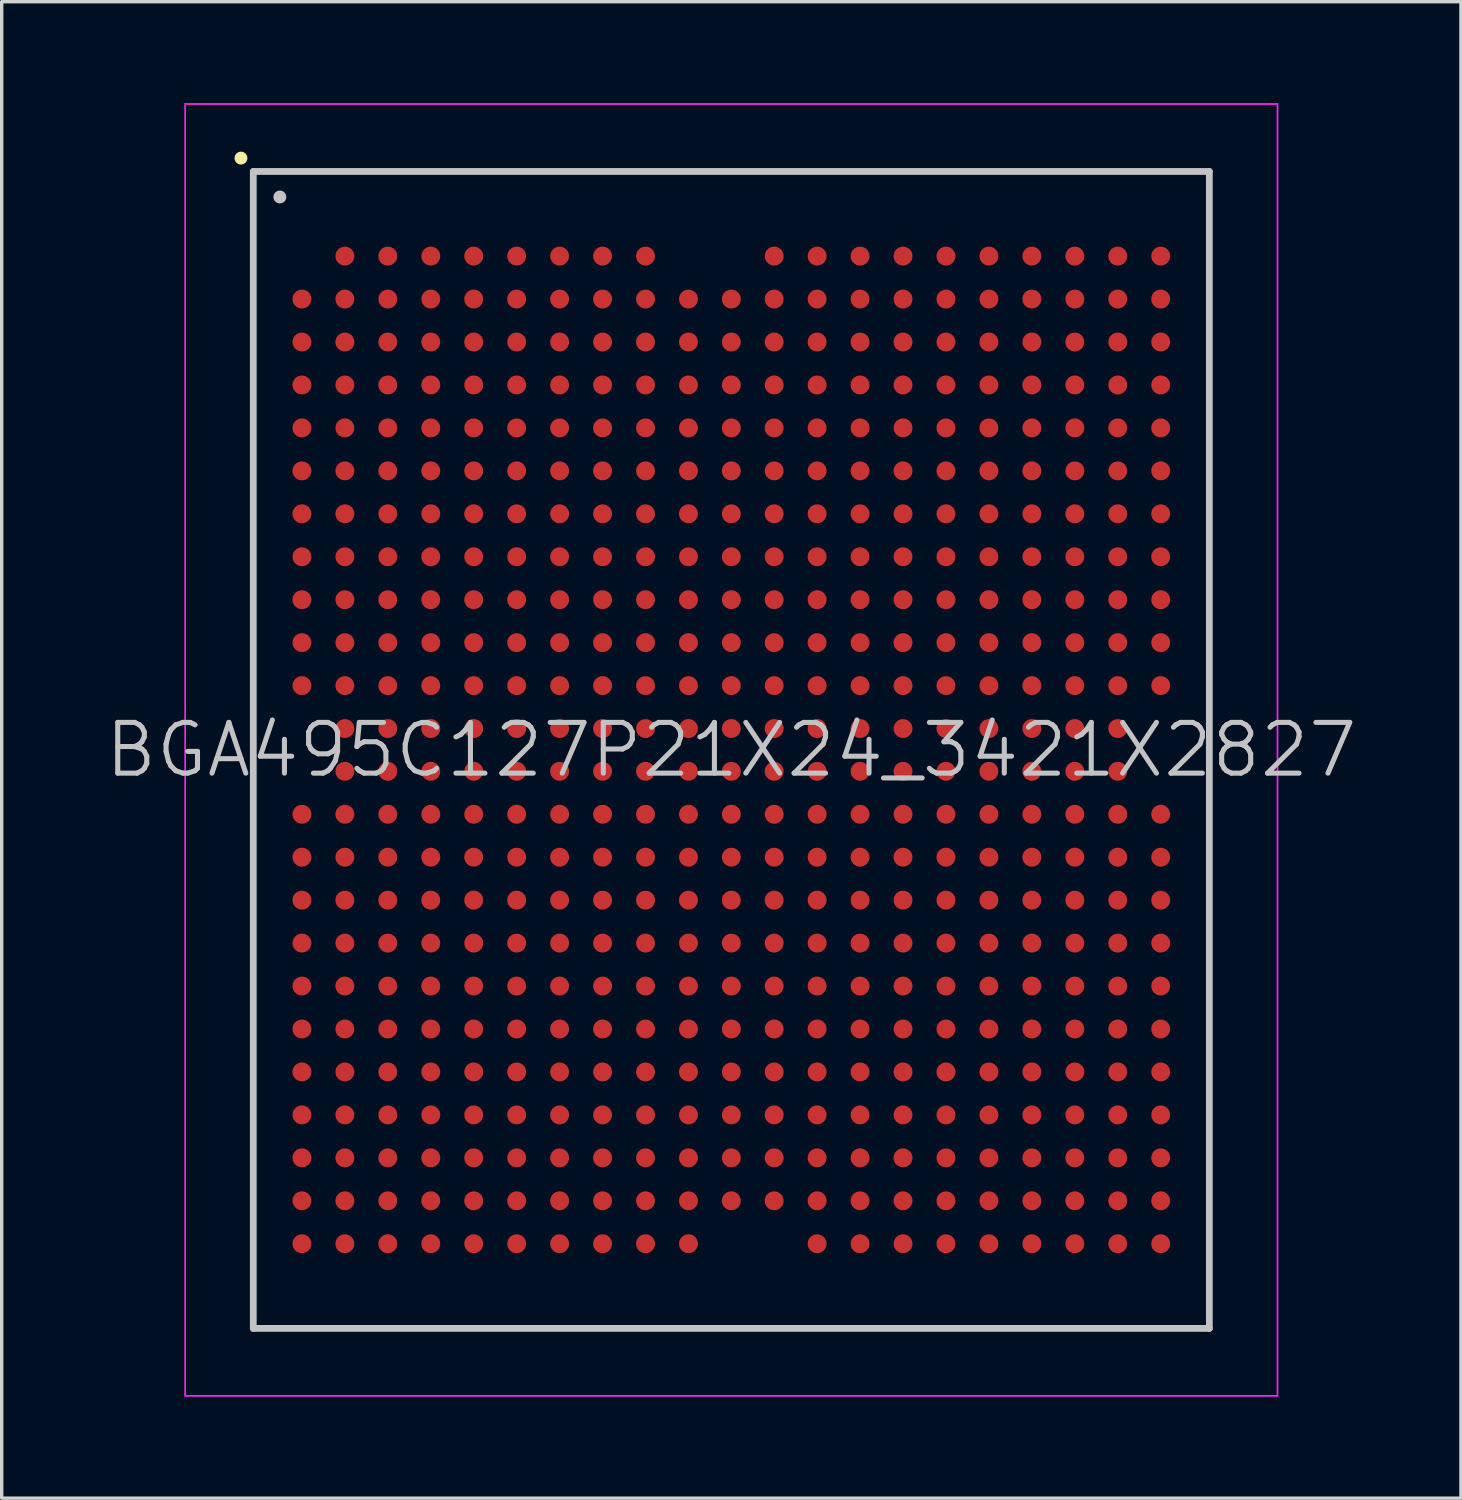
<source format=kicad_pcb>
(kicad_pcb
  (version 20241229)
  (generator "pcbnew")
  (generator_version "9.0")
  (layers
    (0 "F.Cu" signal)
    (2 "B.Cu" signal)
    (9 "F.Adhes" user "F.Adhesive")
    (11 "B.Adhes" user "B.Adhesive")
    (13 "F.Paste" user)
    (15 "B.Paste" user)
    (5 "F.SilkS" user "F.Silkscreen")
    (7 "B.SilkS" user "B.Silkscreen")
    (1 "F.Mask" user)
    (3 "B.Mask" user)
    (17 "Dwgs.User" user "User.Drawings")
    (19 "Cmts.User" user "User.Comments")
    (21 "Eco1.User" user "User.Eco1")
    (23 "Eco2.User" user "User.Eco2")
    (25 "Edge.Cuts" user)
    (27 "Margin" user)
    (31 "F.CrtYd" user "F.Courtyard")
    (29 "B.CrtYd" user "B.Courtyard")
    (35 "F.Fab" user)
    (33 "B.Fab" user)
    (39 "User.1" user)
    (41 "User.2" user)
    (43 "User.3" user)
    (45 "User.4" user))
  (footprint "BGA495C127P21X24_3421X2827"
    (layer "F.Cu")
    (at 18.575 19.125)
    (property "Reference" "BGA495C127P21X24_3421X2827" (at 0 0 0) (layer "Dwgs.User") (effects (font (size 1.5 1.5) (thickness 0.15))))
    (attr smd)
    (fp_line (start -14.5 -17.5) (end -14.5 -17.5) (stroke (width 0.381) (type solid)) (layer "F.SilkS"))
    (fp_line (start -14.135 -17.105) (end -14.135 17.105) (stroke (width 0.2) (type solid)) (layer "Dwgs.User"))
    (fp_line (start -14.135 -17.105) (end 14.135 -17.105) (stroke (width 0.2) (type solid)) (layer "Dwgs.User"))
    (fp_line (start -14.135 17.105) (end 14.135 17.105) (stroke (width 0.2) (type solid)) (layer "Dwgs.User"))
    (fp_line (start -13.35 -16.35) (end -13.35 -16.35) (stroke (width 0.381) (type solid)) (layer "Dwgs.User"))
    (fp_line (start 14.135 -17.105) (end 14.135 17.105) (stroke (width 0.2) (type solid)) (layer "Dwgs.User"))
    (fp_line (start -16.15 -19.1) (end -16.15 19.1) (stroke (width 0.05) (type solid)) (layer "F.CrtYd"))
    (fp_line (start -16.15 -19.1) (end 16.15 -19.1) (stroke (width 0.05) (type solid)) (layer "F.CrtYd"))
    (fp_line (start -16.15 19.1) (end 16.15 19.1) (stroke (width 0.05) (type solid)) (layer "F.CrtYd"))
    (fp_line (start 16.15 -19.1) (end 16.15 19.1) (stroke (width 0.05) (type solid)) (layer "F.CrtYd"))
    (pad "A2" smd circle (at -11.427 -14.602 270) (size 0.56 0.56) (layers "F.Cu" "F.Mask" "F.Paste"))
    (pad "A3" smd circle (at -10.157 -14.602 270) (size 0.56 0.56) (layers "F.Cu" "F.Mask" "F.Paste"))
    (pad "A4" smd circle (at -8.887 -14.602 270) (size 0.56 0.56) (layers "F.Cu" "F.Mask" "F.Paste"))
    (pad "A5" smd circle (at -7.617 -14.602 270) (size 0.56 0.56) (layers "F.Cu" "F.Mask" "F.Paste"))
    (pad "A6" smd circle (at -6.347 -14.602 270) (size 0.56 0.56) (layers "F.Cu" "F.Mask" "F.Paste"))
    (pad "A7" smd circle (at -5.077 -14.602 270) (size 0.56 0.56) (layers "F.Cu" "F.Mask" "F.Paste"))
    (pad "A8" smd circle (at -3.807 -14.602 270) (size 0.56 0.56) (layers "F.Cu" "F.Mask" "F.Paste"))
    (pad "A9" smd circle (at -2.537 -14.602 270) (size 0.56 0.56) (layers "F.Cu" "F.Mask" "F.Paste"))
    (pad "A12" smd circle (at 1.267 -14.602 270) (size 0.56 0.56) (layers "F.Cu" "F.Mask" "F.Paste"))
    (pad "A13" smd circle (at 2.537 -14.602 270) (size 0.56 0.56) (layers "F.Cu" "F.Mask" "F.Paste"))
    (pad "A14" smd circle (at 3.807 -14.602 270) (size 0.56 0.56) (layers "F.Cu" "F.Mask" "F.Paste"))
    (pad "A15" smd circle (at 5.077 -14.602 270) (size 0.56 0.56) (layers "F.Cu" "F.Mask" "F.Paste"))
    (pad "A16" smd circle (at 6.347 -14.602 270) (size 0.56 0.56) (layers "F.Cu" "F.Mask" "F.Paste"))
    (pad "A17" smd circle (at 7.617 -14.602 270) (size 0.56 0.56) (layers "F.Cu" "F.Mask" "F.Paste"))
    (pad "A18" smd circle (at 8.887 -14.602 270) (size 0.56 0.56) (layers "F.Cu" "F.Mask" "F.Paste"))
    (pad "A19" smd circle (at 10.157 -14.602 270) (size 0.56 0.56) (layers "F.Cu" "F.Mask" "F.Paste"))
    (pad "A20" smd circle (at 11.427 -14.602 270) (size 0.56 0.56) (layers "F.Cu" "F.Mask" "F.Paste"))
    (pad "A21" smd circle (at 12.697 -14.602 270) (size 0.56 0.56) (layers "F.Cu" "F.Mask" "F.Paste"))
    (pad "AA1" smd circle (at -12.697 10.792 270) (size 0.56 0.56) (layers "F.Cu" "F.Mask" "F.Paste"))
    (pad "AA2" smd circle (at -11.427 10.792 270) (size 0.56 0.56) (layers "F.Cu" "F.Mask" "F.Paste"))
    (pad "AA3" smd circle (at -10.157 10.792 270) (size 0.56 0.56) (layers "F.Cu" "F.Mask" "F.Paste"))
    (pad "AA4" smd circle (at -8.887 10.792 270) (size 0.56 0.56) (layers "F.Cu" "F.Mask" "F.Paste"))
    (pad "AA5" smd circle (at -7.617 10.792 270) (size 0.56 0.56) (layers "F.Cu" "F.Mask" "F.Paste"))
    (pad "AA6" smd circle (at -6.347 10.792 270) (size 0.56 0.56) (layers "F.Cu" "F.Mask" "F.Paste"))
    (pad "AA7" smd circle (at -5.077 10.792 270) (size 0.56 0.56) (layers "F.Cu" "F.Mask" "F.Paste"))
    (pad "AA8" smd circle (at -3.807 10.792 270) (size 0.56 0.56) (layers "F.Cu" "F.Mask" "F.Paste"))
    (pad "AA9" smd circle (at -2.537 10.792 270) (size 0.56 0.56) (layers "F.Cu" "F.Mask" "F.Paste"))
    (pad "AA10" smd circle (at -1.267 10.792 270) (size 0.56 0.56) (layers "F.Cu" "F.Mask" "F.Paste"))
    (pad "AA11" smd circle (at 0 10.792 270) (size 0.56 0.56) (layers "F.Cu" "F.Mask" "F.Paste"))
    (pad "AA12" smd circle (at 1.267 10.792 270) (size 0.56 0.56) (layers "F.Cu" "F.Mask" "F.Paste"))
    (pad "AA13" smd circle (at 2.537 10.792 270) (size 0.56 0.56) (layers "F.Cu" "F.Mask" "F.Paste"))
    (pad "AA14" smd circle (at 3.807 10.792 270) (size 0.56 0.56) (layers "F.Cu" "F.Mask" "F.Paste"))
    (pad "AA15" smd circle (at 5.077 10.792 270) (size 0.56 0.56) (layers "F.Cu" "F.Mask" "F.Paste"))
    (pad "AA16" smd circle (at 6.347 10.792 270) (size 0.56 0.56) (layers "F.Cu" "F.Mask" "F.Paste"))
    (pad "AA17" smd circle (at 7.617 10.792 270) (size 0.56 0.56) (layers "F.Cu" "F.Mask" "F.Paste"))
    (pad "AA18" smd circle (at 8.887 10.792 270) (size 0.56 0.56) (layers "F.Cu" "F.Mask" "F.Paste"))
    (pad "AA19" smd circle (at 10.157 10.792 270) (size 0.56 0.56) (layers "F.Cu" "F.Mask" "F.Paste"))
    (pad "AA20" smd circle (at 11.427 10.792 270) (size 0.56 0.56) (layers "F.Cu" "F.Mask" "F.Paste"))
    (pad "AA21" smd circle (at 12.697 10.792 270) (size 0.56 0.56) (layers "F.Cu" "F.Mask" "F.Paste"))
    (pad "AB1" smd circle (at -12.697 12.062 270) (size 0.56 0.56) (layers "F.Cu" "F.Mask" "F.Paste"))
    (pad "AB2" smd circle (at -11.427 12.062 270) (size 0.56 0.56) (layers "F.Cu" "F.Mask" "F.Paste"))
    (pad "AB3" smd circle (at -10.157 12.062 270) (size 0.56 0.56) (layers "F.Cu" "F.Mask" "F.Paste"))
    (pad "AB4" smd circle (at -8.887 12.062 270) (size 0.56 0.56) (layers "F.Cu" "F.Mask" "F.Paste"))
    (pad "AB5" smd circle (at -7.617 12.062 270) (size 0.56 0.56) (layers "F.Cu" "F.Mask" "F.Paste"))
    (pad "AB6" smd circle (at -6.347 12.062 270) (size 0.56 0.56) (layers "F.Cu" "F.Mask" "F.Paste"))
    (pad "AB7" smd circle (at -5.077 12.062 270) (size 0.56 0.56) (layers "F.Cu" "F.Mask" "F.Paste"))
    (pad "AB8" smd circle (at -3.807 12.062 270) (size 0.56 0.56) (layers "F.Cu" "F.Mask" "F.Paste"))
    (pad "AB9" smd circle (at -2.537 12.062 270) (size 0.56 0.56) (layers "F.Cu" "F.Mask" "F.Paste"))
    (pad "AB10" smd circle (at -1.267 12.062 270) (size 0.56 0.56) (layers "F.Cu" "F.Mask" "F.Paste"))
    (pad "AB11" smd circle (at 0 12.062 270) (size 0.56 0.56) (layers "F.Cu" "F.Mask" "F.Paste"))
    (pad "AB12" smd circle (at 1.267 12.062 270) (size 0.56 0.56) (layers "F.Cu" "F.Mask" "F.Paste"))
    (pad "AB13" smd circle (at 2.537 12.062 270) (size 0.56 0.56) (layers "F.Cu" "F.Mask" "F.Paste"))
    (pad "AB14" smd circle (at 3.807 12.062 270) (size 0.56 0.56) (layers "F.Cu" "F.Mask" "F.Paste"))
    (pad "AB15" smd circle (at 5.077 12.062 270) (size 0.56 0.56) (layers "F.Cu" "F.Mask" "F.Paste"))
    (pad "AB16" smd circle (at 6.347 12.062 270) (size 0.56 0.56) (layers "F.Cu" "F.Mask" "F.Paste"))
    (pad "AB17" smd circle (at 7.617 12.062 270) (size 0.56 0.56) (layers "F.Cu" "F.Mask" "F.Paste"))
    (pad "AB18" smd circle (at 8.887 12.062 270) (size 0.56 0.56) (layers "F.Cu" "F.Mask" "F.Paste"))
    (pad "AB19" smd circle (at 10.157 12.062 270) (size 0.56 0.56) (layers "F.Cu" "F.Mask" "F.Paste"))
    (pad "AB20" smd circle (at 11.427 12.062 270) (size 0.56 0.56) (layers "F.Cu" "F.Mask" "F.Paste"))
    (pad "AB21" smd circle (at 12.697 12.062 270) (size 0.56 0.56) (layers "F.Cu" "F.Mask" "F.Paste"))
    (pad "AC1" smd circle (at -12.697 13.332 270) (size 0.56 0.56) (layers "F.Cu" "F.Mask" "F.Paste"))
    (pad "AC2" smd circle (at -11.427 13.332 270) (size 0.56 0.56) (layers "F.Cu" "F.Mask" "F.Paste"))
    (pad "AC3" smd circle (at -10.157 13.332 270) (size 0.56 0.56) (layers "F.Cu" "F.Mask" "F.Paste"))
    (pad "AC4" smd circle (at -8.887 13.332 270) (size 0.56 0.56) (layers "F.Cu" "F.Mask" "F.Paste"))
    (pad "AC5" smd circle (at -7.617 13.332 270) (size 0.56 0.56) (layers "F.Cu" "F.Mask" "F.Paste"))
    (pad "AC6" smd circle (at -6.347 13.332 270) (size 0.56 0.56) (layers "F.Cu" "F.Mask" "F.Paste"))
    (pad "AC7" smd circle (at -5.077 13.332 270) (size 0.56 0.56) (layers "F.Cu" "F.Mask" "F.Paste"))
    (pad "AC8" smd circle (at -3.807 13.332 270) (size 0.56 0.56) (layers "F.Cu" "F.Mask" "F.Paste"))
    (pad "AC9" smd circle (at -2.537 13.332 270) (size 0.56 0.56) (layers "F.Cu" "F.Mask" "F.Paste"))
    (pad "AC10" smd circle (at -1.267 13.332 270) (size 0.56 0.56) (layers "F.Cu" "F.Mask" "F.Paste"))
    (pad "AC11" smd circle (at 0 13.332 270) (size 0.56 0.56) (layers "F.Cu" "F.Mask" "F.Paste"))
    (pad "AC12" smd circle (at 1.267 13.332 270) (size 0.56 0.56) (layers "F.Cu" "F.Mask" "F.Paste"))
    (pad "AC13" smd circle (at 2.537 13.332 270) (size 0.56 0.56) (layers "F.Cu" "F.Mask" "F.Paste"))
    (pad "AC14" smd circle (at 3.807 13.332 270) (size 0.56 0.56) (layers "F.Cu" "F.Mask" "F.Paste"))
    (pad "AC15" smd circle (at 5.077 13.332 270) (size 0.56 0.56) (layers "F.Cu" "F.Mask" "F.Paste"))
    (pad "AC16" smd circle (at 6.347 13.332 270) (size 0.56 0.56) (layers "F.Cu" "F.Mask" "F.Paste"))
    (pad "AC17" smd circle (at 7.617 13.332 270) (size 0.56 0.56) (layers "F.Cu" "F.Mask" "F.Paste"))
    (pad "AC18" smd circle (at 8.887 13.332 270) (size 0.56 0.56) (layers "F.Cu" "F.Mask" "F.Paste"))
    (pad "AC19" smd circle (at 10.157 13.332 270) (size 0.56 0.56) (layers "F.Cu" "F.Mask" "F.Paste"))
    (pad "AC20" smd circle (at 11.427 13.332 270) (size 0.56 0.56) (layers "F.Cu" "F.Mask" "F.Paste"))
    (pad "AC21" smd circle (at 12.697 13.332 270) (size 0.56 0.56) (layers "F.Cu" "F.Mask" "F.Paste"))
    (pad "AD1" smd circle (at -12.697 14.602 270) (size 0.56 0.56) (layers "F.Cu" "F.Mask" "F.Paste"))
    (pad "AD2" smd circle (at -11.427 14.602 270) (size 0.56 0.56) (layers "F.Cu" "F.Mask" "F.Paste"))
    (pad "AD3" smd circle (at -10.157 14.602 270) (size 0.56 0.56) (layers "F.Cu" "F.Mask" "F.Paste"))
    (pad "AD4" smd circle (at -8.887 14.602 270) (size 0.56 0.56) (layers "F.Cu" "F.Mask" "F.Paste"))
    (pad "AD5" smd circle (at -7.617 14.602 270) (size 0.56 0.56) (layers "F.Cu" "F.Mask" "F.Paste"))
    (pad "AD6" smd circle (at -6.347 14.602 270) (size 0.56 0.56) (layers "F.Cu" "F.Mask" "F.Paste"))
    (pad "AD7" smd circle (at -5.077 14.602 270) (size 0.56 0.56) (layers "F.Cu" "F.Mask" "F.Paste"))
    (pad "AD8" smd circle (at -3.807 14.602 270) (size 0.56 0.56) (layers "F.Cu" "F.Mask" "F.Paste"))
    (pad "AD9" smd circle (at -2.537 14.602 270) (size 0.56 0.56) (layers "F.Cu" "F.Mask" "F.Paste"))
    (pad "AD10" smd circle (at -1.267 14.602 270) (size 0.56 0.56) (layers "F.Cu" "F.Mask" "F.Paste"))
    (pad "AD13" smd circle (at 2.537 14.602 270) (size 0.56 0.56) (layers "F.Cu" "F.Mask" "F.Paste"))
    (pad "AD14" smd circle (at 3.807 14.602 270) (size 0.56 0.56) (layers "F.Cu" "F.Mask" "F.Paste"))
    (pad "AD15" smd circle (at 5.077 14.602 270) (size 0.56 0.56) (layers "F.Cu" "F.Mask" "F.Paste"))
    (pad "AD16" smd circle (at 6.347 14.602 270) (size 0.56 0.56) (layers "F.Cu" "F.Mask" "F.Paste"))
    (pad "AD17" smd circle (at 7.617 14.602 270) (size 0.56 0.56) (layers "F.Cu" "F.Mask" "F.Paste"))
    (pad "AD18" smd circle (at 8.887 14.602 270) (size 0.56 0.56) (layers "F.Cu" "F.Mask" "F.Paste"))
    (pad "AD19" smd circle (at 10.157 14.602 270) (size 0.56 0.56) (layers "F.Cu" "F.Mask" "F.Paste"))
    (pad "AD20" smd circle (at 11.427 14.602 270) (size 0.56 0.56) (layers "F.Cu" "F.Mask" "F.Paste"))
    (pad "AD21" smd circle (at 12.697 14.602 270) (size 0.56 0.56) (layers "F.Cu" "F.Mask" "F.Paste"))
    (pad "B1" smd circle (at -12.697 -13.332 270) (size 0.56 0.56) (layers "F.Cu" "F.Mask" "F.Paste"))
    (pad "B2" smd circle (at -11.427 -13.332 270) (size 0.56 0.56) (layers "F.Cu" "F.Mask" "F.Paste"))
    (pad "B3" smd circle (at -10.157 -13.332 270) (size 0.56 0.56) (layers "F.Cu" "F.Mask" "F.Paste"))
    (pad "B4" smd circle (at -8.887 -13.332 270) (size 0.56 0.56) (layers "F.Cu" "F.Mask" "F.Paste"))
    (pad "B5" smd circle (at -7.617 -13.332 270) (size 0.56 0.56) (layers "F.Cu" "F.Mask" "F.Paste"))
    (pad "B6" smd circle (at -6.347 -13.332 270) (size 0.56 0.56) (layers "F.Cu" "F.Mask" "F.Paste"))
    (pad "B7" smd circle (at -5.077 -13.332 270) (size 0.56 0.56) (layers "F.Cu" "F.Mask" "F.Paste"))
    (pad "B8" smd circle (at -3.807 -13.332 270) (size 0.56 0.56) (layers "F.Cu" "F.Mask" "F.Paste"))
    (pad "B9" smd circle (at -2.537 -13.332 270) (size 0.56 0.56) (layers "F.Cu" "F.Mask" "F.Paste"))
    (pad "B10" smd circle (at -1.267 -13.332 270) (size 0.56 0.56) (layers "F.Cu" "F.Mask" "F.Paste"))
    (pad "B11" smd circle (at 0 -13.332 270) (size 0.56 0.56) (layers "F.Cu" "F.Mask" "F.Paste"))
    (pad "B12" smd circle (at 1.267 -13.332 270) (size 0.56 0.56) (layers "F.Cu" "F.Mask" "F.Paste"))
    (pad "B13" smd circle (at 2.537 -13.332 270) (size 0.56 0.56) (layers "F.Cu" "F.Mask" "F.Paste"))
    (pad "B14" smd circle (at 3.807 -13.332 270) (size 0.56 0.56) (layers "F.Cu" "F.Mask" "F.Paste"))
    (pad "B15" smd circle (at 5.077 -13.332 270) (size 0.56 0.56) (layers "F.Cu" "F.Mask" "F.Paste"))
    (pad "B16" smd circle (at 6.347 -13.332 270) (size 0.56 0.56) (layers "F.Cu" "F.Mask" "F.Paste"))
    (pad "B17" smd circle (at 7.617 -13.332 270) (size 0.56 0.56) (layers "F.Cu" "F.Mask" "F.Paste"))
    (pad "B18" smd circle (at 8.887 -13.332 270) (size 0.56 0.56) (layers "F.Cu" "F.Mask" "F.Paste"))
    (pad "B19" smd circle (at 10.157 -13.332 270) (size 0.56 0.56) (layers "F.Cu" "F.Mask" "F.Paste"))
    (pad "B20" smd circle (at 11.427 -13.332 270) (size 0.56 0.56) (layers "F.Cu" "F.Mask" "F.Paste"))
    (pad "B21" smd circle (at 12.697 -13.332 270) (size 0.56 0.56) (layers "F.Cu" "F.Mask" "F.Paste"))
    (pad "C1" smd circle (at -12.697 -12.062 270) (size 0.56 0.56) (layers "F.Cu" "F.Mask" "F.Paste"))
    (pad "C2" smd circle (at -11.427 -12.062 270) (size 0.56 0.56) (layers "F.Cu" "F.Mask" "F.Paste"))
    (pad "C3" smd circle (at -10.157 -12.062 270) (size 0.56 0.56) (layers "F.Cu" "F.Mask" "F.Paste"))
    (pad "C4" smd circle (at -8.887 -12.062 270) (size 0.56 0.56) (layers "F.Cu" "F.Mask" "F.Paste"))
    (pad "C5" smd circle (at -7.617 -12.062 270) (size 0.56 0.56) (layers "F.Cu" "F.Mask" "F.Paste"))
    (pad "C6" smd circle (at -6.347 -12.062 270) (size 0.56 0.56) (layers "F.Cu" "F.Mask" "F.Paste"))
    (pad "C7" smd circle (at -5.077 -12.062 270) (size 0.56 0.56) (layers "F.Cu" "F.Mask" "F.Paste"))
    (pad "C8" smd circle (at -3.807 -12.062 270) (size 0.56 0.56) (layers "F.Cu" "F.Mask" "F.Paste"))
    (pad "C9" smd circle (at -2.537 -12.062 270) (size 0.56 0.56) (layers "F.Cu" "F.Mask" "F.Paste"))
    (pad "C10" smd circle (at -1.267 -12.062 270) (size 0.56 0.56) (layers "F.Cu" "F.Mask" "F.Paste"))
    (pad "C11" smd circle (at 0 -12.062 270) (size 0.56 0.56) (layers "F.Cu" "F.Mask" "F.Paste"))
    (pad "C12" smd circle (at 1.267 -12.062 270) (size 0.56 0.56) (layers "F.Cu" "F.Mask" "F.Paste"))
    (pad "C13" smd circle (at 2.537 -12.062 270) (size 0.56 0.56) (layers "F.Cu" "F.Mask" "F.Paste"))
    (pad "C14" smd circle (at 3.807 -12.062 270) (size 0.56 0.56) (layers "F.Cu" "F.Mask" "F.Paste"))
    (pad "C15" smd circle (at 5.077 -12.062 270) (size 0.56 0.56) (layers "F.Cu" "F.Mask" "F.Paste"))
    (pad "C16" smd circle (at 6.347 -12.062 270) (size 0.56 0.56) (layers "F.Cu" "F.Mask" "F.Paste"))
    (pad "C17" smd circle (at 7.617 -12.062 270) (size 0.56 0.56) (layers "F.Cu" "F.Mask" "F.Paste"))
    (pad "C18" smd circle (at 8.887 -12.062 270) (size 0.56 0.56) (layers "F.Cu" "F.Mask" "F.Paste"))
    (pad "C19" smd circle (at 10.157 -12.062 270) (size 0.56 0.56) (layers "F.Cu" "F.Mask" "F.Paste"))
    (pad "C20" smd circle (at 11.427 -12.062 270) (size 0.56 0.56) (layers "F.Cu" "F.Mask" "F.Paste"))
    (pad "C21" smd circle (at 12.697 -12.062 270) (size 0.56 0.56) (layers "F.Cu" "F.Mask" "F.Paste"))
    (pad "D1" smd circle (at -12.697 -10.792 270) (size 0.56 0.56) (layers "F.Cu" "F.Mask" "F.Paste"))
    (pad "D2" smd circle (at -11.427 -10.792 270) (size 0.56 0.56) (layers "F.Cu" "F.Mask" "F.Paste"))
    (pad "D3" smd circle (at -10.157 -10.792 270) (size 0.56 0.56) (layers "F.Cu" "F.Mask" "F.Paste"))
    (pad "D4" smd circle (at -8.887 -10.792 270) (size 0.56 0.56) (layers "F.Cu" "F.Mask" "F.Paste"))
    (pad "D5" smd circle (at -7.617 -10.792 270) (size 0.56 0.56) (layers "F.Cu" "F.Mask" "F.Paste"))
    (pad "D6" smd circle (at -6.347 -10.792 270) (size 0.56 0.56) (layers "F.Cu" "F.Mask" "F.Paste"))
    (pad "D7" smd circle (at -5.077 -10.792 270) (size 0.56 0.56) (layers "F.Cu" "F.Mask" "F.Paste"))
    (pad "D8" smd circle (at -3.807 -10.792 270) (size 0.56 0.56) (layers "F.Cu" "F.Mask" "F.Paste"))
    (pad "D9" smd circle (at -2.537 -10.792 270) (size 0.56 0.56) (layers "F.Cu" "F.Mask" "F.Paste"))
    (pad "D10" smd circle (at -1.267 -10.792 270) (size 0.56 0.56) (layers "F.Cu" "F.Mask" "F.Paste"))
    (pad "D11" smd circle (at 0 -10.792 270) (size 0.56 0.56) (layers "F.Cu" "F.Mask" "F.Paste"))
    (pad "D12" smd circle (at 1.267 -10.792 270) (size 0.56 0.56) (layers "F.Cu" "F.Mask" "F.Paste"))
    (pad "D13" smd circle (at 2.537 -10.792 270) (size 0.56 0.56) (layers "F.Cu" "F.Mask" "F.Paste"))
    (pad "D14" smd circle (at 3.807 -10.792 270) (size 0.56 0.56) (layers "F.Cu" "F.Mask" "F.Paste"))
    (pad "D15" smd circle (at 5.077 -10.792 270) (size 0.56 0.56) (layers "F.Cu" "F.Mask" "F.Paste"))
    (pad "D16" smd circle (at 6.347 -10.792 270) (size 0.56 0.56) (layers "F.Cu" "F.Mask" "F.Paste"))
    (pad "D17" smd circle (at 7.617 -10.792 270) (size 0.56 0.56) (layers "F.Cu" "F.Mask" "F.Paste"))
    (pad "D18" smd circle (at 8.887 -10.792 270) (size 0.56 0.56) (layers "F.Cu" "F.Mask" "F.Paste"))
    (pad "D19" smd circle (at 10.157 -10.792 270) (size 0.56 0.56) (layers "F.Cu" "F.Mask" "F.Paste"))
    (pad "D20" smd circle (at 11.427 -10.792 270) (size 0.56 0.56) (layers "F.Cu" "F.Mask" "F.Paste"))
    (pad "D21" smd circle (at 12.697 -10.792 270) (size 0.56 0.56) (layers "F.Cu" "F.Mask" "F.Paste"))
    (pad "E1" smd circle (at -12.697 -9.522 270) (size 0.56 0.56) (layers "F.Cu" "F.Mask" "F.Paste"))
    (pad "E2" smd circle (at -11.427 -9.522 270) (size 0.56 0.56) (layers "F.Cu" "F.Mask" "F.Paste"))
    (pad "E3" smd circle (at -10.157 -9.522 270) (size 0.56 0.56) (layers "F.Cu" "F.Mask" "F.Paste"))
    (pad "E4" smd circle (at -8.887 -9.522 270) (size 0.56 0.56) (layers "F.Cu" "F.Mask" "F.Paste"))
    (pad "E5" smd circle (at -7.617 -9.522 270) (size 0.56 0.56) (layers "F.Cu" "F.Mask" "F.Paste"))
    (pad "E6" smd circle (at -6.347 -9.522 270) (size 0.56 0.56) (layers "F.Cu" "F.Mask" "F.Paste"))
    (pad "E7" smd circle (at -5.077 -9.522 270) (size 0.56 0.56) (layers "F.Cu" "F.Mask" "F.Paste"))
    (pad "E8" smd circle (at -3.807 -9.522 270) (size 0.56 0.56) (layers "F.Cu" "F.Mask" "F.Paste"))
    (pad "E9" smd circle (at -2.537 -9.522 270) (size 0.56 0.56) (layers "F.Cu" "F.Mask" "F.Paste"))
    (pad "E10" smd circle (at -1.267 -9.522 270) (size 0.56 0.56) (layers "F.Cu" "F.Mask" "F.Paste"))
    (pad "E11" smd circle (at 0 -9.522 270) (size 0.56 0.56) (layers "F.Cu" "F.Mask" "F.Paste"))
    (pad "E12" smd circle (at 1.267 -9.522 270) (size 0.56 0.56) (layers "F.Cu" "F.Mask" "F.Paste"))
    (pad "E13" smd circle (at 2.537 -9.522 270) (size 0.56 0.56) (layers "F.Cu" "F.Mask" "F.Paste"))
    (pad "E14" smd circle (at 3.807 -9.522 270) (size 0.56 0.56) (layers "F.Cu" "F.Mask" "F.Paste"))
    (pad "E15" smd circle (at 5.077 -9.522 270) (size 0.56 0.56) (layers "F.Cu" "F.Mask" "F.Paste"))
    (pad "E16" smd circle (at 6.347 -9.522 270) (size 0.56 0.56) (layers "F.Cu" "F.Mask" "F.Paste"))
    (pad "E17" smd circle (at 7.617 -9.522 270) (size 0.56 0.56) (layers "F.Cu" "F.Mask" "F.Paste"))
    (pad "E18" smd circle (at 8.887 -9.522 270) (size 0.56 0.56) (layers "F.Cu" "F.Mask" "F.Paste"))
    (pad "E19" smd circle (at 10.157 -9.522 270) (size 0.56 0.56) (layers "F.Cu" "F.Mask" "F.Paste"))
    (pad "E20" smd circle (at 11.427 -9.522 270) (size 0.56 0.56) (layers "F.Cu" "F.Mask" "F.Paste"))
    (pad "E21" smd circle (at 12.697 -9.522 270) (size 0.56 0.56) (layers "F.Cu" "F.Mask" "F.Paste"))
    (pad "F1" smd circle (at -12.697 -8.252 270) (size 0.56 0.56) (layers "F.Cu" "F.Mask" "F.Paste"))
    (pad "F2" smd circle (at -11.427 -8.252 270) (size 0.56 0.56) (layers "F.Cu" "F.Mask" "F.Paste"))
    (pad "F3" smd circle (at -10.157 -8.252 270) (size 0.56 0.56) (layers "F.Cu" "F.Mask" "F.Paste"))
    (pad "F4" smd circle (at -8.887 -8.252 270) (size 0.56 0.56) (layers "F.Cu" "F.Mask" "F.Paste"))
    (pad "F5" smd circle (at -7.617 -8.252 270) (size 0.56 0.56) (layers "F.Cu" "F.Mask" "F.Paste"))
    (pad "F6" smd circle (at -6.347 -8.252 270) (size 0.56 0.56) (layers "F.Cu" "F.Mask" "F.Paste"))
    (pad "F7" smd circle (at -5.077 -8.252 270) (size 0.56 0.56) (layers "F.Cu" "F.Mask" "F.Paste"))
    (pad "F8" smd circle (at -3.807 -8.252 270) (size 0.56 0.56) (layers "F.Cu" "F.Mask" "F.Paste"))
    (pad "F9" smd circle (at -2.537 -8.252 270) (size 0.56 0.56) (layers "F.Cu" "F.Mask" "F.Paste"))
    (pad "F10" smd circle (at -1.267 -8.252 270) (size 0.56 0.56) (layers "F.Cu" "F.Mask" "F.Paste"))
    (pad "F11" smd circle (at 0 -8.252 270) (size 0.56 0.56) (layers "F.Cu" "F.Mask" "F.Paste"))
    (pad "F12" smd circle (at 1.267 -8.252 270) (size 0.56 0.56) (layers "F.Cu" "F.Mask" "F.Paste"))
    (pad "F13" smd circle (at 2.537 -8.252 270) (size 0.56 0.56) (layers "F.Cu" "F.Mask" "F.Paste"))
    (pad "F14" smd circle (at 3.807 -8.252 270) (size 0.56 0.56) (layers "F.Cu" "F.Mask" "F.Paste"))
    (pad "F15" smd circle (at 5.077 -8.252 270) (size 0.56 0.56) (layers "F.Cu" "F.Mask" "F.Paste"))
    (pad "F16" smd circle (at 6.347 -8.252 270) (size 0.56 0.56) (layers "F.Cu" "F.Mask" "F.Paste"))
    (pad "F17" smd circle (at 7.617 -8.252 270) (size 0.56 0.56) (layers "F.Cu" "F.Mask" "F.Paste"))
    (pad "F18" smd circle (at 8.887 -8.252 270) (size 0.56 0.56) (layers "F.Cu" "F.Mask" "F.Paste"))
    (pad "F19" smd circle (at 10.157 -8.252 270) (size 0.56 0.56) (layers "F.Cu" "F.Mask" "F.Paste"))
    (pad "F20" smd circle (at 11.427 -8.252 270) (size 0.56 0.56) (layers "F.Cu" "F.Mask" "F.Paste"))
    (pad "F21" smd circle (at 12.697 -8.252 270) (size 0.56 0.56) (layers "F.Cu" "F.Mask" "F.Paste"))
    (pad "G1" smd circle (at -12.697 -6.982 270) (size 0.56 0.56) (layers "F.Cu" "F.Mask" "F.Paste"))
    (pad "G2" smd circle (at -11.427 -6.982 270) (size 0.56 0.56) (layers "F.Cu" "F.Mask" "F.Paste"))
    (pad "G3" smd circle (at -10.157 -6.982 270) (size 0.56 0.56) (layers "F.Cu" "F.Mask" "F.Paste"))
    (pad "G4" smd circle (at -8.887 -6.982 270) (size 0.56 0.56) (layers "F.Cu" "F.Mask" "F.Paste"))
    (pad "G5" smd circle (at -7.617 -6.982 270) (size 0.56 0.56) (layers "F.Cu" "F.Mask" "F.Paste"))
    (pad "G6" smd circle (at -6.347 -6.982 270) (size 0.56 0.56) (layers "F.Cu" "F.Mask" "F.Paste"))
    (pad "G7" smd circle (at -5.077 -6.982 270) (size 0.56 0.56) (layers "F.Cu" "F.Mask" "F.Paste"))
    (pad "G8" smd circle (at -3.807 -6.982 270) (size 0.56 0.56) (layers "F.Cu" "F.Mask" "F.Paste"))
    (pad "G9" smd circle (at -2.537 -6.982 270) (size 0.56 0.56) (layers "F.Cu" "F.Mask" "F.Paste"))
    (pad "G10" smd circle (at -1.267 -6.982 270) (size 0.56 0.56) (layers "F.Cu" "F.Mask" "F.Paste"))
    (pad "G11" smd circle (at 0 -6.982 270) (size 0.56 0.56) (layers "F.Cu" "F.Mask" "F.Paste"))
    (pad "G12" smd circle (at 1.267 -6.982 270) (size 0.56 0.56) (layers "F.Cu" "F.Mask" "F.Paste"))
    (pad "G13" smd circle (at 2.537 -6.982 270) (size 0.56 0.56) (layers "F.Cu" "F.Mask" "F.Paste"))
    (pad "G14" smd circle (at 3.807 -6.982 270) (size 0.56 0.56) (layers "F.Cu" "F.Mask" "F.Paste"))
    (pad "G15" smd circle (at 5.077 -6.982 270) (size 0.56 0.56) (layers "F.Cu" "F.Mask" "F.Paste"))
    (pad "G16" smd circle (at 6.347 -6.982 270) (size 0.56 0.56) (layers "F.Cu" "F.Mask" "F.Paste"))
    (pad "G17" smd circle (at 7.617 -6.982 270) (size 0.56 0.56) (layers "F.Cu" "F.Mask" "F.Paste"))
    (pad "G18" smd circle (at 8.887 -6.982 270) (size 0.56 0.56) (layers "F.Cu" "F.Mask" "F.Paste"))
    (pad "G19" smd circle (at 10.157 -6.982 270) (size 0.56 0.56) (layers "F.Cu" "F.Mask" "F.Paste"))
    (pad "G20" smd circle (at 11.427 -6.982 270) (size 0.56 0.56) (layers "F.Cu" "F.Mask" "F.Paste"))
    (pad "G21" smd circle (at 12.697 -6.982 270) (size 0.56 0.56) (layers "F.Cu" "F.Mask" "F.Paste"))
    (pad "H1" smd circle (at -12.697 -5.712 270) (size 0.56 0.56) (layers "F.Cu" "F.Mask" "F.Paste"))
    (pad "H2" smd circle (at -11.427 -5.712 270) (size 0.56 0.56) (layers "F.Cu" "F.Mask" "F.Paste"))
    (pad "H3" smd circle (at -10.157 -5.712 270) (size 0.56 0.56) (layers "F.Cu" "F.Mask" "F.Paste"))
    (pad "H4" smd circle (at -8.887 -5.712 270) (size 0.56 0.56) (layers "F.Cu" "F.Mask" "F.Paste"))
    (pad "H5" smd circle (at -7.617 -5.712 270) (size 0.56 0.56) (layers "F.Cu" "F.Mask" "F.Paste"))
    (pad "H6" smd circle (at -6.347 -5.712 270) (size 0.56 0.56) (layers "F.Cu" "F.Mask" "F.Paste"))
    (pad "H7" smd circle (at -5.077 -5.712 270) (size 0.56 0.56) (layers "F.Cu" "F.Mask" "F.Paste"))
    (pad "H8" smd circle (at -3.807 -5.712 270) (size 0.56 0.56) (layers "F.Cu" "F.Mask" "F.Paste"))
    (pad "H9" smd circle (at -2.537 -5.712 270) (size 0.56 0.56) (layers "F.Cu" "F.Mask" "F.Paste"))
    (pad "H10" smd circle (at -1.267 -5.712 270) (size 0.56 0.56) (layers "F.Cu" "F.Mask" "F.Paste"))
    (pad "H11" smd circle (at 0 -5.712 270) (size 0.56 0.56) (layers "F.Cu" "F.Mask" "F.Paste"))
    (pad "H12" smd circle (at 1.267 -5.712 270) (size 0.56 0.56) (layers "F.Cu" "F.Mask" "F.Paste"))
    (pad "H13" smd circle (at 2.537 -5.712 270) (size 0.56 0.56) (layers "F.Cu" "F.Mask" "F.Paste"))
    (pad "H14" smd circle (at 3.807 -5.712 270) (size 0.56 0.56) (layers "F.Cu" "F.Mask" "F.Paste"))
    (pad "H15" smd circle (at 5.077 -5.712 270) (size 0.56 0.56) (layers "F.Cu" "F.Mask" "F.Paste"))
    (pad "H16" smd circle (at 6.347 -5.712 270) (size 0.56 0.56) (layers "F.Cu" "F.Mask" "F.Paste"))
    (pad "H17" smd circle (at 7.617 -5.712 270) (size 0.56 0.56) (layers "F.Cu" "F.Mask" "F.Paste"))
    (pad "H18" smd circle (at 8.887 -5.712 270) (size 0.56 0.56) (layers "F.Cu" "F.Mask" "F.Paste"))
    (pad "H19" smd circle (at 10.157 -5.712 270) (size 0.56 0.56) (layers "F.Cu" "F.Mask" "F.Paste"))
    (pad "H20" smd circle (at 11.427 -5.712 270) (size 0.56 0.56) (layers "F.Cu" "F.Mask" "F.Paste"))
    (pad "H21" smd circle (at 12.697 -5.712 270) (size 0.56 0.56) (layers "F.Cu" "F.Mask" "F.Paste"))
    (pad "J1" smd circle (at -12.697 -4.442 270) (size 0.56 0.56) (layers "F.Cu" "F.Mask" "F.Paste"))
    (pad "J2" smd circle (at -11.427 -4.442 270) (size 0.56 0.56) (layers "F.Cu" "F.Mask" "F.Paste"))
    (pad "J3" smd circle (at -10.157 -4.442 270) (size 0.56 0.56) (layers "F.Cu" "F.Mask" "F.Paste"))
    (pad "J4" smd circle (at -8.887 -4.442 270) (size 0.56 0.56) (layers "F.Cu" "F.Mask" "F.Paste"))
    (pad "J5" smd circle (at -7.617 -4.442 270) (size 0.56 0.56) (layers "F.Cu" "F.Mask" "F.Paste"))
    (pad "J6" smd circle (at -6.347 -4.442 270) (size 0.56 0.56) (layers "F.Cu" "F.Mask" "F.Paste"))
    (pad "J7" smd circle (at -5.077 -4.442 270) (size 0.56 0.56) (layers "F.Cu" "F.Mask" "F.Paste"))
    (pad "J8" smd circle (at -3.807 -4.442 270) (size 0.56 0.56) (layers "F.Cu" "F.Mask" "F.Paste"))
    (pad "J9" smd circle (at -2.537 -4.442 270) (size 0.56 0.56) (layers "F.Cu" "F.Mask" "F.Paste"))
    (pad "J10" smd circle (at -1.267 -4.442 270) (size 0.56 0.56) (layers "F.Cu" "F.Mask" "F.Paste"))
    (pad "J11" smd circle (at 0 -4.442 270) (size 0.56 0.56) (layers "F.Cu" "F.Mask" "F.Paste"))
    (pad "J12" smd circle (at 1.267 -4.442 270) (size 0.56 0.56) (layers "F.Cu" "F.Mask" "F.Paste"))
    (pad "J13" smd circle (at 2.537 -4.442 270) (size 0.56 0.56) (layers "F.Cu" "F.Mask" "F.Paste"))
    (pad "J14" smd circle (at 3.807 -4.442 270) (size 0.56 0.56) (layers "F.Cu" "F.Mask" "F.Paste"))
    (pad "J15" smd circle (at 5.077 -4.442 270) (size 0.56 0.56) (layers "F.Cu" "F.Mask" "F.Paste"))
    (pad "J16" smd circle (at 6.347 -4.442 270) (size 0.56 0.56) (layers "F.Cu" "F.Mask" "F.Paste"))
    (pad "J17" smd circle (at 7.617 -4.442 270) (size 0.56 0.56) (layers "F.Cu" "F.Mask" "F.Paste"))
    (pad "J18" smd circle (at 8.887 -4.442 270) (size 0.56 0.56) (layers "F.Cu" "F.Mask" "F.Paste"))
    (pad "J19" smd circle (at 10.157 -4.442 270) (size 0.56 0.56) (layers "F.Cu" "F.Mask" "F.Paste"))
    (pad "J20" smd circle (at 11.427 -4.442 270) (size 0.56 0.56) (layers "F.Cu" "F.Mask" "F.Paste"))
    (pad "J21" smd circle (at 12.697 -4.442 270) (size 0.56 0.56) (layers "F.Cu" "F.Mask" "F.Paste"))
    (pad "K1" smd circle (at -12.697 -3.172 270) (size 0.56 0.56) (layers "F.Cu" "F.Mask" "F.Paste"))
    (pad "K2" smd circle (at -11.427 -3.172 270) (size 0.56 0.56) (layers "F.Cu" "F.Mask" "F.Paste"))
    (pad "K3" smd circle (at -10.157 -3.172 270) (size 0.56 0.56) (layers "F.Cu" "F.Mask" "F.Paste"))
    (pad "K4" smd circle (at -8.887 -3.172 270) (size 0.56 0.56) (layers "F.Cu" "F.Mask" "F.Paste"))
    (pad "K5" smd circle (at -7.617 -3.172 270) (size 0.56 0.56) (layers "F.Cu" "F.Mask" "F.Paste"))
    (pad "K6" smd circle (at -6.347 -3.172 270) (size 0.56 0.56) (layers "F.Cu" "F.Mask" "F.Paste"))
    (pad "K7" smd circle (at -5.077 -3.172 270) (size 0.56 0.56) (layers "F.Cu" "F.Mask" "F.Paste"))
    (pad "K8" smd circle (at -3.807 -3.172 270) (size 0.56 0.56) (layers "F.Cu" "F.Mask" "F.Paste"))
    (pad "K9" smd circle (at -2.537 -3.172 270) (size 0.56 0.56) (layers "F.Cu" "F.Mask" "F.Paste"))
    (pad "K10" smd circle (at -1.267 -3.172 270) (size 0.56 0.56) (layers "F.Cu" "F.Mask" "F.Paste"))
    (pad "K11" smd circle (at 0 -3.172 270) (size 0.56 0.56) (layers "F.Cu" "F.Mask" "F.Paste"))
    (pad "K12" smd circle (at 1.267 -3.172 270) (size 0.56 0.56) (layers "F.Cu" "F.Mask" "F.Paste"))
    (pad "K13" smd circle (at 2.537 -3.172 270) (size 0.56 0.56) (layers "F.Cu" "F.Mask" "F.Paste"))
    (pad "K14" smd circle (at 3.807 -3.172 270) (size 0.56 0.56) (layers "F.Cu" "F.Mask" "F.Paste"))
    (pad "K15" smd circle (at 5.077 -3.172 270) (size 0.56 0.56) (layers "F.Cu" "F.Mask" "F.Paste"))
    (pad "K16" smd circle (at 6.347 -3.172 270) (size 0.56 0.56) (layers "F.Cu" "F.Mask" "F.Paste"))
    (pad "K17" smd circle (at 7.617 -3.172 270) (size 0.56 0.56) (layers "F.Cu" "F.Mask" "F.Paste"))
    (pad "K18" smd circle (at 8.887 -3.172 270) (size 0.56 0.56) (layers "F.Cu" "F.Mask" "F.Paste"))
    (pad "K19" smd circle (at 10.157 -3.172 270) (size 0.56 0.56) (layers "F.Cu" "F.Mask" "F.Paste"))
    (pad "K20" smd circle (at 11.427 -3.172 270) (size 0.56 0.56) (layers "F.Cu" "F.Mask" "F.Paste"))
    (pad "K21" smd circle (at 12.697 -3.172 270) (size 0.56 0.56) (layers "F.Cu" "F.Mask" "F.Paste"))
    (pad "L1" smd circle (at -12.697 -1.902 270) (size 0.56 0.56) (layers "F.Cu" "F.Mask" "F.Paste"))
    (pad "L2" smd circle (at -11.427 -1.902 270) (size 0.56 0.56) (layers "F.Cu" "F.Mask" "F.Paste"))
    (pad "L3" smd circle (at -10.157 -1.902 270) (size 0.56 0.56) (layers "F.Cu" "F.Mask" "F.Paste"))
    (pad "L4" smd circle (at -8.887 -1.902 270) (size 0.56 0.56) (layers "F.Cu" "F.Mask" "F.Paste"))
    (pad "L5" smd circle (at -7.617 -1.902 270) (size 0.56 0.56) (layers "F.Cu" "F.Mask" "F.Paste"))
    (pad "L6" smd circle (at -6.347 -1.902 270) (size 0.56 0.56) (layers "F.Cu" "F.Mask" "F.Paste"))
    (pad "L7" smd circle (at -5.077 -1.902 270) (size 0.56 0.56) (layers "F.Cu" "F.Mask" "F.Paste"))
    (pad "L8" smd circle (at -3.807 -1.902 270) (size 0.56 0.56) (layers "F.Cu" "F.Mask" "F.Paste"))
    (pad "L9" smd circle (at -2.537 -1.902 270) (size 0.56 0.56) (layers "F.Cu" "F.Mask" "F.Paste"))
    (pad "L10" smd circle (at -1.267 -1.902 270) (size 0.56 0.56) (layers "F.Cu" "F.Mask" "F.Paste"))
    (pad "L11" smd circle (at 0 -1.902 270) (size 0.56 0.56) (layers "F.Cu" "F.Mask" "F.Paste"))
    (pad "L12" smd circle (at 1.267 -1.902 270) (size 0.56 0.56) (layers "F.Cu" "F.Mask" "F.Paste"))
    (pad "L13" smd circle (at 2.537 -1.902 270) (size 0.56 0.56) (layers "F.Cu" "F.Mask" "F.Paste"))
    (pad "L14" smd circle (at 3.807 -1.902 270) (size 0.56 0.56) (layers "F.Cu" "F.Mask" "F.Paste"))
    (pad "L15" smd circle (at 5.077 -1.902 270) (size 0.56 0.56) (layers "F.Cu" "F.Mask" "F.Paste"))
    (pad "L16" smd circle (at 6.347 -1.902 270) (size 0.56 0.56) (layers "F.Cu" "F.Mask" "F.Paste"))
    (pad "L17" smd circle (at 7.617 -1.902 270) (size 0.56 0.56) (layers "F.Cu" "F.Mask" "F.Paste"))
    (pad "L18" smd circle (at 8.887 -1.902 270) (size 0.56 0.56) (layers "F.Cu" "F.Mask" "F.Paste"))
    (pad "L19" smd circle (at 10.157 -1.902 270) (size 0.56 0.56) (layers "F.Cu" "F.Mask" "F.Paste"))
    (pad "L20" smd circle (at 11.427 -1.902 270) (size 0.56 0.56) (layers "F.Cu" "F.Mask" "F.Paste"))
    (pad "L21" smd circle (at 12.697 -1.902 270) (size 0.56 0.56) (layers "F.Cu" "F.Mask" "F.Paste"))
    (pad "M2" smd circle (at -11.427 -0.632 270) (size 0.56 0.56) (layers "F.Cu" "F.Mask" "F.Paste"))
    (pad "M3" smd circle (at -10.157 -0.632 270) (size 0.56 0.56) (layers "F.Cu" "F.Mask" "F.Paste"))
    (pad "M4" smd circle (at -8.887 -0.632 270) (size 0.56 0.56) (layers "F.Cu" "F.Mask" "F.Paste"))
    (pad "M5" smd circle (at -7.617 -0.632 270) (size 0.56 0.56) (layers "F.Cu" "F.Mask" "F.Paste"))
    (pad "M6" smd circle (at -6.347 -0.632 270) (size 0.56 0.56) (layers "F.Cu" "F.Mask" "F.Paste"))
    (pad "M7" smd circle (at -5.077 -0.632 270) (size 0.56 0.56) (layers "F.Cu" "F.Mask" "F.Paste"))
    (pad "M8" smd circle (at -3.807 -0.632 270) (size 0.56 0.56) (layers "F.Cu" "F.Mask" "F.Paste"))
    (pad "M9" smd circle (at -2.537 -0.632 270) (size 0.56 0.56) (layers "F.Cu" "F.Mask" "F.Paste"))
    (pad "M10" smd circle (at -1.267 -0.632 270) (size 0.56 0.56) (layers "F.Cu" "F.Mask" "F.Paste"))
    (pad "M11" smd circle (at 0 -0.632 270) (size 0.56 0.56) (layers "F.Cu" "F.Mask" "F.Paste"))
    (pad "M12" smd circle (at 1.267 -0.632 270) (size 0.56 0.56) (layers "F.Cu" "F.Mask" "F.Paste"))
    (pad "M13" smd circle (at 2.537 -0.632 270) (size 0.56 0.56) (layers "F.Cu" "F.Mask" "F.Paste"))
    (pad "M14" smd circle (at 3.807 -0.632 270) (size 0.56 0.56) (layers "F.Cu" "F.Mask" "F.Paste"))
    (pad "M15" smd circle (at 5.077 -0.632 270) (size 0.56 0.56) (layers "F.Cu" "F.Mask" "F.Paste"))
    (pad "M16" smd circle (at 6.347 -0.632 270) (size 0.56 0.56) (layers "F.Cu" "F.Mask" "F.Paste"))
    (pad "M17" smd circle (at 7.617 -0.632 270) (size 0.56 0.56) (layers "F.Cu" "F.Mask" "F.Paste"))
    (pad "M18" smd circle (at 8.887 -0.632 270) (size 0.56 0.56) (layers "F.Cu" "F.Mask" "F.Paste"))
    (pad "M19" smd circle (at 10.157 -0.632 270) (size 0.56 0.56) (layers "F.Cu" "F.Mask" "F.Paste"))
    (pad "M20" smd circle (at 11.427 -0.632 270) (size 0.56 0.56) (layers "F.Cu" "F.Mask" "F.Paste"))
    (pad "N2" smd circle (at -11.427 0.632 270) (size 0.56 0.56) (layers "F.Cu" "F.Mask" "F.Paste"))
    (pad "N3" smd circle (at -10.157 0.632 270) (size 0.56 0.56) (layers "F.Cu" "F.Mask" "F.Paste"))
    (pad "N4" smd circle (at -8.887 0.632 270) (size 0.56 0.56) (layers "F.Cu" "F.Mask" "F.Paste"))
    (pad "N5" smd circle (at -7.617 0.632 270) (size 0.56 0.56) (layers "F.Cu" "F.Mask" "F.Paste"))
    (pad "N6" smd circle (at -6.347 0.632 270) (size 0.56 0.56) (layers "F.Cu" "F.Mask" "F.Paste"))
    (pad "N7" smd circle (at -5.077 0.632 270) (size 0.56 0.56) (layers "F.Cu" "F.Mask" "F.Paste"))
    (pad "N8" smd circle (at -3.807 0.632 270) (size 0.56 0.56) (layers "F.Cu" "F.Mask" "F.Paste"))
    (pad "N9" smd circle (at -2.537 0.632 270) (size 0.56 0.56) (layers "F.Cu" "F.Mask" "F.Paste"))
    (pad "N10" smd circle (at -1.267 0.632 270) (size 0.56 0.56) (layers "F.Cu" "F.Mask" "F.Paste"))
    (pad "N11" smd circle (at 0 0.632 270) (size 0.56 0.56) (layers "F.Cu" "F.Mask" "F.Paste"))
    (pad "N12" smd circle (at 1.267 0.632 270) (size 0.56 0.56) (layers "F.Cu" "F.Mask" "F.Paste"))
    (pad "N13" smd circle (at 2.537 0.632 270) (size 0.56 0.56) (layers "F.Cu" "F.Mask" "F.Paste"))
    (pad "N14" smd circle (at 3.807 0.632 270) (size 0.56 0.56) (layers "F.Cu" "F.Mask" "F.Paste"))
    (pad "N15" smd circle (at 5.077 0.632 270) (size 0.56 0.56) (layers "F.Cu" "F.Mask" "F.Paste"))
    (pad "N16" smd circle (at 6.347 0.632 270) (size 0.56 0.56) (layers "F.Cu" "F.Mask" "F.Paste"))
    (pad "N17" smd circle (at 7.617 0.632 270) (size 0.56 0.56) (layers "F.Cu" "F.Mask" "F.Paste"))
    (pad "N18" smd circle (at 8.887 0.632 270) (size 0.56 0.56) (layers "F.Cu" "F.Mask" "F.Paste"))
    (pad "N19" smd circle (at 10.157 0.632 270) (size 0.56 0.56) (layers "F.Cu" "F.Mask" "F.Paste"))
    (pad "N20" smd circle (at 11.427 0.632 270) (size 0.56 0.56) (layers "F.Cu" "F.Mask" "F.Paste"))
    (pad "P1" smd circle (at -12.697 1.902 270) (size 0.56 0.56) (layers "F.Cu" "F.Mask" "F.Paste"))
    (pad "P2" smd circle (at -11.427 1.902 270) (size 0.56 0.56) (layers "F.Cu" "F.Mask" "F.Paste"))
    (pad "P3" smd circle (at -10.157 1.902 270) (size 0.56 0.56) (layers "F.Cu" "F.Mask" "F.Paste"))
    (pad "P4" smd circle (at -8.887 1.902 270) (size 0.56 0.56) (layers "F.Cu" "F.Mask" "F.Paste"))
    (pad "P5" smd circle (at -7.617 1.902 270) (size 0.56 0.56) (layers "F.Cu" "F.Mask" "F.Paste"))
    (pad "P6" smd circle (at -6.347 1.902 270) (size 0.56 0.56) (layers "F.Cu" "F.Mask" "F.Paste"))
    (pad "P7" smd circle (at -5.077 1.902 270) (size 0.56 0.56) (layers "F.Cu" "F.Mask" "F.Paste"))
    (pad "P8" smd circle (at -3.807 1.902 270) (size 0.56 0.56) (layers "F.Cu" "F.Mask" "F.Paste"))
    (pad "P9" smd circle (at -2.537 1.902 270) (size 0.56 0.56) (layers "F.Cu" "F.Mask" "F.Paste"))
    (pad "P10" smd circle (at -1.267 1.902 270) (size 0.56 0.56) (layers "F.Cu" "F.Mask" "F.Paste"))
    (pad "P11" smd circle (at 0 1.902 270) (size 0.56 0.56) (layers "F.Cu" "F.Mask" "F.Paste"))
    (pad "P12" smd circle (at 1.267 1.902 270) (size 0.56 0.56) (layers "F.Cu" "F.Mask" "F.Paste"))
    (pad "P13" smd circle (at 2.537 1.902 270) (size 0.56 0.56) (layers "F.Cu" "F.Mask" "F.Paste"))
    (pad "P14" smd circle (at 3.807 1.902 270) (size 0.56 0.56) (layers "F.Cu" "F.Mask" "F.Paste"))
    (pad "P15" smd circle (at 5.077 1.902 270) (size 0.56 0.56) (layers "F.Cu" "F.Mask" "F.Paste"))
    (pad "P16" smd circle (at 6.347 1.902 270) (size 0.56 0.56) (layers "F.Cu" "F.Mask" "F.Paste"))
    (pad "P17" smd circle (at 7.617 1.902 270) (size 0.56 0.56) (layers "F.Cu" "F.Mask" "F.Paste"))
    (pad "P18" smd circle (at 8.887 1.902 270) (size 0.56 0.56) (layers "F.Cu" "F.Mask" "F.Paste"))
    (pad "P19" smd circle (at 10.157 1.902 270) (size 0.56 0.56) (layers "F.Cu" "F.Mask" "F.Paste"))
    (pad "P20" smd circle (at 11.427 1.902 270) (size 0.56 0.56) (layers "F.Cu" "F.Mask" "F.Paste"))
    (pad "P21" smd circle (at 12.697 1.902 270) (size 0.56 0.56) (layers "F.Cu" "F.Mask" "F.Paste"))
    (pad "R1" smd circle (at -12.697 3.172 270) (size 0.56 0.56) (layers "F.Cu" "F.Mask" "F.Paste"))
    (pad "R2" smd circle (at -11.427 3.172 270) (size 0.56 0.56) (layers "F.Cu" "F.Mask" "F.Paste"))
    (pad "R3" smd circle (at -10.157 3.172 270) (size 0.56 0.56) (layers "F.Cu" "F.Mask" "F.Paste"))
    (pad "R4" smd circle (at -8.887 3.172 270) (size 0.56 0.56) (layers "F.Cu" "F.Mask" "F.Paste"))
    (pad "R5" smd circle (at -7.617 3.172 270) (size 0.56 0.56) (layers "F.Cu" "F.Mask" "F.Paste"))
    (pad "R6" smd circle (at -6.347 3.172 270) (size 0.56 0.56) (layers "F.Cu" "F.Mask" "F.Paste"))
    (pad "R7" smd circle (at -5.077 3.172 270) (size 0.56 0.56) (layers "F.Cu" "F.Mask" "F.Paste"))
    (pad "R8" smd circle (at -3.807 3.172 270) (size 0.56 0.56) (layers "F.Cu" "F.Mask" "F.Paste"))
    (pad "R9" smd circle (at -2.537 3.172 270) (size 0.56 0.56) (layers "F.Cu" "F.Mask" "F.Paste"))
    (pad "R10" smd circle (at -1.267 3.172 270) (size 0.56 0.56) (layers "F.Cu" "F.Mask" "F.Paste"))
    (pad "R11" smd circle (at 0 3.172 270) (size 0.56 0.56) (layers "F.Cu" "F.Mask" "F.Paste"))
    (pad "R12" smd circle (at 1.267 3.172 270) (size 0.56 0.56) (layers "F.Cu" "F.Mask" "F.Paste"))
    (pad "R13" smd circle (at 2.537 3.172 270) (size 0.56 0.56) (layers "F.Cu" "F.Mask" "F.Paste"))
    (pad "R14" smd circle (at 3.807 3.172 270) (size 0.56 0.56) (layers "F.Cu" "F.Mask" "F.Paste"))
    (pad "R15" smd circle (at 5.077 3.172 270) (size 0.56 0.56) (layers "F.Cu" "F.Mask" "F.Paste"))
    (pad "R16" smd circle (at 6.347 3.172 270) (size 0.56 0.56) (layers "F.Cu" "F.Mask" "F.Paste"))
    (pad "R17" smd circle (at 7.617 3.172 270) (size 0.56 0.56) (layers "F.Cu" "F.Mask" "F.Paste"))
    (pad "R18" smd circle (at 8.887 3.172 270) (size 0.56 0.56) (layers "F.Cu" "F.Mask" "F.Paste"))
    (pad "R19" smd circle (at 10.157 3.172 270) (size 0.56 0.56) (layers "F.Cu" "F.Mask" "F.Paste"))
    (pad "R20" smd circle (at 11.427 3.172 270) (size 0.56 0.56) (layers "F.Cu" "F.Mask" "F.Paste"))
    (pad "R21" smd circle (at 12.697 3.172 270) (size 0.56 0.56) (layers "F.Cu" "F.Mask" "F.Paste"))
    (pad "T1" smd circle (at -12.697 4.442 270) (size 0.56 0.56) (layers "F.Cu" "F.Mask" "F.Paste"))
    (pad "T2" smd circle (at -11.427 4.442 270) (size 0.56 0.56) (layers "F.Cu" "F.Mask" "F.Paste"))
    (pad "T3" smd circle (at -10.157 4.442 270) (size 0.56 0.56) (layers "F.Cu" "F.Mask" "F.Paste"))
    (pad "T4" smd circle (at -8.887 4.442 270) (size 0.56 0.56) (layers "F.Cu" "F.Mask" "F.Paste"))
    (pad "T5" smd circle (at -7.617 4.442 270) (size 0.56 0.56) (layers "F.Cu" "F.Mask" "F.Paste"))
    (pad "T6" smd circle (at -6.347 4.442 270) (size 0.56 0.56) (layers "F.Cu" "F.Mask" "F.Paste"))
    (pad "T7" smd circle (at -5.077 4.442 270) (size 0.56 0.56) (layers "F.Cu" "F.Mask" "F.Paste"))
    (pad "T8" smd circle (at -3.807 4.442 270) (size 0.56 0.56) (layers "F.Cu" "F.Mask" "F.Paste"))
    (pad "T9" smd circle (at -2.537 4.442 270) (size 0.56 0.56) (layers "F.Cu" "F.Mask" "F.Paste"))
    (pad "T10" smd circle (at -1.267 4.442 270) (size 0.56 0.56) (layers "F.Cu" "F.Mask" "F.Paste"))
    (pad "T11" smd circle (at 0 4.442 270) (size 0.56 0.56) (layers "F.Cu" "F.Mask" "F.Paste"))
    (pad "T12" smd circle (at 1.267 4.442 270) (size 0.56 0.56) (layers "F.Cu" "F.Mask" "F.Paste"))
    (pad "T13" smd circle (at 2.537 4.442 270) (size 0.56 0.56) (layers "F.Cu" "F.Mask" "F.Paste"))
    (pad "T14" smd circle (at 3.807 4.442 270) (size 0.56 0.56) (layers "F.Cu" "F.Mask" "F.Paste"))
    (pad "T15" smd circle (at 5.077 4.442 270) (size 0.56 0.56) (layers "F.Cu" "F.Mask" "F.Paste"))
    (pad "T16" smd circle (at 6.347 4.442 270) (size 0.56 0.56) (layers "F.Cu" "F.Mask" "F.Paste"))
    (pad "T17" smd circle (at 7.617 4.442 270) (size 0.56 0.56) (layers "F.Cu" "F.Mask" "F.Paste"))
    (pad "T18" smd circle (at 8.887 4.442 270) (size 0.56 0.56) (layers "F.Cu" "F.Mask" "F.Paste"))
    (pad "T19" smd circle (at 10.157 4.442 270) (size 0.56 0.56) (layers "F.Cu" "F.Mask" "F.Paste"))
    (pad "T20" smd circle (at 11.427 4.442 270) (size 0.56 0.56) (layers "F.Cu" "F.Mask" "F.Paste"))
    (pad "T21" smd circle (at 12.697 4.442 270) (size 0.56 0.56) (layers "F.Cu" "F.Mask" "F.Paste"))
    (pad "U1" smd circle (at -12.697 5.712 270) (size 0.56 0.56) (layers "F.Cu" "F.Mask" "F.Paste"))
    (pad "U2" smd circle (at -11.427 5.712 270) (size 0.56 0.56) (layers "F.Cu" "F.Mask" "F.Paste"))
    (pad "U3" smd circle (at -10.157 5.712 270) (size 0.56 0.56) (layers "F.Cu" "F.Mask" "F.Paste"))
    (pad "U4" smd circle (at -8.887 5.712 270) (size 0.56 0.56) (layers "F.Cu" "F.Mask" "F.Paste"))
    (pad "U5" smd circle (at -7.617 5.712 270) (size 0.56 0.56) (layers "F.Cu" "F.Mask" "F.Paste"))
    (pad "U6" smd circle (at -6.347 5.712 270) (size 0.56 0.56) (layers "F.Cu" "F.Mask" "F.Paste"))
    (pad "U7" smd circle (at -5.077 5.712 270) (size 0.56 0.56) (layers "F.Cu" "F.Mask" "F.Paste"))
    (pad "U8" smd circle (at -3.807 5.712 270) (size 0.56 0.56) (layers "F.Cu" "F.Mask" "F.Paste"))
    (pad "U9" smd circle (at -2.537 5.712 270) (size 0.56 0.56) (layers "F.Cu" "F.Mask" "F.Paste"))
    (pad "U10" smd circle (at -1.267 5.712 270) (size 0.56 0.56) (layers "F.Cu" "F.Mask" "F.Paste"))
    (pad "U11" smd circle (at 0 5.712 270) (size 0.56 0.56) (layers "F.Cu" "F.Mask" "F.Paste"))
    (pad "U12" smd circle (at 1.267 5.712 270) (size 0.56 0.56) (layers "F.Cu" "F.Mask" "F.Paste"))
    (pad "U13" smd circle (at 2.537 5.712 270) (size 0.56 0.56) (layers "F.Cu" "F.Mask" "F.Paste"))
    (pad "U14" smd circle (at 3.807 5.712 270) (size 0.56 0.56) (layers "F.Cu" "F.Mask" "F.Paste"))
    (pad "U15" smd circle (at 5.077 5.712 270) (size 0.56 0.56) (layers "F.Cu" "F.Mask" "F.Paste"))
    (pad "U16" smd circle (at 6.347 5.712 270) (size 0.56 0.56) (layers "F.Cu" "F.Mask" "F.Paste"))
    (pad "U17" smd circle (at 7.617 5.712 270) (size 0.56 0.56) (layers "F.Cu" "F.Mask" "F.Paste"))
    (pad "U18" smd circle (at 8.887 5.712 270) (size 0.56 0.56) (layers "F.Cu" "F.Mask" "F.Paste"))
    (pad "U19" smd circle (at 10.157 5.712 270) (size 0.56 0.56) (layers "F.Cu" "F.Mask" "F.Paste"))
    (pad "U20" smd circle (at 11.427 5.712 270) (size 0.56 0.56) (layers "F.Cu" "F.Mask" "F.Paste"))
    (pad "U21" smd circle (at 12.697 5.712 270) (size 0.56 0.56) (layers "F.Cu" "F.Mask" "F.Paste"))
    (pad "V1" smd circle (at -12.697 6.982 270) (size 0.56 0.56) (layers "F.Cu" "F.Mask" "F.Paste"))
    (pad "V2" smd circle (at -11.427 6.982 270) (size 0.56 0.56) (layers "F.Cu" "F.Mask" "F.Paste"))
    (pad "V3" smd circle (at -10.157 6.982 270) (size 0.56 0.56) (layers "F.Cu" "F.Mask" "F.Paste"))
    (pad "V4" smd circle (at -8.887 6.982 270) (size 0.56 0.56) (layers "F.Cu" "F.Mask" "F.Paste"))
    (pad "V5" smd circle (at -7.617 6.982 270) (size 0.56 0.56) (layers "F.Cu" "F.Mask" "F.Paste"))
    (pad "V6" smd circle (at -6.347 6.982 270) (size 0.56 0.56) (layers "F.Cu" "F.Mask" "F.Paste"))
    (pad "V7" smd circle (at -5.077 6.982 270) (size 0.56 0.56) (layers "F.Cu" "F.Mask" "F.Paste"))
    (pad "V8" smd circle (at -3.807 6.982 270) (size 0.56 0.56) (layers "F.Cu" "F.Mask" "F.Paste"))
    (pad "V9" smd circle (at -2.537 6.982 270) (size 0.56 0.56) (layers "F.Cu" "F.Mask" "F.Paste"))
    (pad "V10" smd circle (at -1.267 6.982 270) (size 0.56 0.56) (layers "F.Cu" "F.Mask" "F.Paste"))
    (pad "V11" smd circle (at 0 6.982 270) (size 0.56 0.56) (layers "F.Cu" "F.Mask" "F.Paste"))
    (pad "V12" smd circle (at 1.267 6.982 270) (size 0.56 0.56) (layers "F.Cu" "F.Mask" "F.Paste"))
    (pad "V13" smd circle (at 2.537 6.982 270) (size 0.56 0.56) (layers "F.Cu" "F.Mask" "F.Paste"))
    (pad "V14" smd circle (at 3.807 6.982 270) (size 0.56 0.56) (layers "F.Cu" "F.Mask" "F.Paste"))
    (pad "V15" smd circle (at 5.077 6.982 270) (size 0.56 0.56) (layers "F.Cu" "F.Mask" "F.Paste"))
    (pad "V16" smd circle (at 6.347 6.982 270) (size 0.56 0.56) (layers "F.Cu" "F.Mask" "F.Paste"))
    (pad "V17" smd circle (at 7.617 6.982 270) (size 0.56 0.56) (layers "F.Cu" "F.Mask" "F.Paste"))
    (pad "V18" smd circle (at 8.887 6.982 270) (size 0.56 0.56) (layers "F.Cu" "F.Mask" "F.Paste"))
    (pad "V19" smd circle (at 10.157 6.982 270) (size 0.56 0.56) (layers "F.Cu" "F.Mask" "F.Paste"))
    (pad "V20" smd circle (at 11.427 6.982 270) (size 0.56 0.56) (layers "F.Cu" "F.Mask" "F.Paste"))
    (pad "V21" smd circle (at 12.697 6.982 270) (size 0.56 0.56) (layers "F.Cu" "F.Mask" "F.Paste"))
    (pad "W1" smd circle (at -12.697 8.252 270) (size 0.56 0.56) (layers "F.Cu" "F.Mask" "F.Paste"))
    (pad "W2" smd circle (at -11.427 8.252 270) (size 0.56 0.56) (layers "F.Cu" "F.Mask" "F.Paste"))
    (pad "W3" smd circle (at -10.157 8.252 270) (size 0.56 0.56) (layers "F.Cu" "F.Mask" "F.Paste"))
    (pad "W4" smd circle (at -8.887 8.252 270) (size 0.56 0.56) (layers "F.Cu" "F.Mask" "F.Paste"))
    (pad "W5" smd circle (at -7.617 8.252 270) (size 0.56 0.56) (layers "F.Cu" "F.Mask" "F.Paste"))
    (pad "W6" smd circle (at -6.347 8.252 270) (size 0.56 0.56) (layers "F.Cu" "F.Mask" "F.Paste"))
    (pad "W7" smd circle (at -5.077 8.252 270) (size 0.56 0.56) (layers "F.Cu" "F.Mask" "F.Paste"))
    (pad "W8" smd circle (at -3.807 8.252 270) (size 0.56 0.56) (layers "F.Cu" "F.Mask" "F.Paste"))
    (pad "W9" smd circle (at -2.537 8.252 270) (size 0.56 0.56) (layers "F.Cu" "F.Mask" "F.Paste"))
    (pad "W10" smd circle (at -1.267 8.252 270) (size 0.56 0.56) (layers "F.Cu" "F.Mask" "F.Paste"))
    (pad "W11" smd circle (at 0 8.252 270) (size 0.56 0.56) (layers "F.Cu" "F.Mask" "F.Paste"))
    (pad "W12" smd circle (at 1.267 8.252 270) (size 0.56 0.56) (layers "F.Cu" "F.Mask" "F.Paste"))
    (pad "W13" smd circle (at 2.537 8.252 270) (size 0.56 0.56) (layers "F.Cu" "F.Mask" "F.Paste"))
    (pad "W14" smd circle (at 3.807 8.252 270) (size 0.56 0.56) (layers "F.Cu" "F.Mask" "F.Paste"))
    (pad "W15" smd circle (at 5.077 8.252 270) (size 0.56 0.56) (layers "F.Cu" "F.Mask" "F.Paste"))
    (pad "W16" smd circle (at 6.347 8.252 270) (size 0.56 0.56) (layers "F.Cu" "F.Mask" "F.Paste"))
    (pad "W17" smd circle (at 7.617 8.252 270) (size 0.56 0.56) (layers "F.Cu" "F.Mask" "F.Paste"))
    (pad "W18" smd circle (at 8.887 8.252 270) (size 0.56 0.56) (layers "F.Cu" "F.Mask" "F.Paste"))
    (pad "W19" smd circle (at 10.157 8.252 270) (size 0.56 0.56) (layers "F.Cu" "F.Mask" "F.Paste"))
    (pad "W20" smd circle (at 11.427 8.252 270) (size 0.56 0.56) (layers "F.Cu" "F.Mask" "F.Paste"))
    (pad "W21" smd circle (at 12.697 8.252 270) (size 0.56 0.56) (layers "F.Cu" "F.Mask" "F.Paste"))
    (pad "Y1" smd circle (at -12.697 9.522 270) (size 0.56 0.56) (layers "F.Cu" "F.Mask" "F.Paste"))
    (pad "Y2" smd circle (at -11.427 9.522 270) (size 0.56 0.56) (layers "F.Cu" "F.Mask" "F.Paste"))
    (pad "Y3" smd circle (at -10.157 9.522 270) (size 0.56 0.56) (layers "F.Cu" "F.Mask" "F.Paste"))
    (pad "Y4" smd circle (at -8.887 9.522 270) (size 0.56 0.56) (layers "F.Cu" "F.Mask" "F.Paste"))
    (pad "Y5" smd circle (at -7.617 9.522 270) (size 0.56 0.56) (layers "F.Cu" "F.Mask" "F.Paste"))
    (pad "Y6" smd circle (at -6.347 9.522 270) (size 0.56 0.56) (layers "F.Cu" "F.Mask" "F.Paste"))
    (pad "Y7" smd circle (at -5.077 9.522 270) (size 0.56 0.56) (layers "F.Cu" "F.Mask" "F.Paste"))
    (pad "Y8" smd circle (at -3.807 9.522 270) (size 0.56 0.56) (layers "F.Cu" "F.Mask" "F.Paste"))
    (pad "Y9" smd circle (at -2.537 9.522 270) (size 0.56 0.56) (layers "F.Cu" "F.Mask" "F.Paste"))
    (pad "Y10" smd circle (at -1.267 9.522 270) (size 0.56 0.56) (layers "F.Cu" "F.Mask" "F.Paste"))
    (pad "Y11" smd circle (at 0 9.522 270) (size 0.56 0.56) (layers "F.Cu" "F.Mask" "F.Paste"))
    (pad "Y12" smd circle (at 1.267 9.522 270) (size 0.56 0.56) (layers "F.Cu" "F.Mask" "F.Paste"))
    (pad "Y13" smd circle (at 2.537 9.522 270) (size 0.56 0.56) (layers "F.Cu" "F.Mask" "F.Paste"))
    (pad "Y14" smd circle (at 3.807 9.522 270) (size 0.56 0.56) (layers "F.Cu" "F.Mask" "F.Paste"))
    (pad "Y15" smd circle (at 5.077 9.522 270) (size 0.56 0.56) (layers "F.Cu" "F.Mask" "F.Paste"))
    (pad "Y16" smd circle (at 6.347 9.522 270) (size 0.56 0.56) (layers "F.Cu" "F.Mask" "F.Paste"))
    (pad "Y17" smd circle (at 7.617 9.522 270) (size 0.56 0.56) (layers "F.Cu" "F.Mask" "F.Paste"))
    (pad "Y18" smd circle (at 8.887 9.522 270) (size 0.56 0.56) (layers "F.Cu" "F.Mask" "F.Paste"))
    (pad "Y19" smd circle (at 10.157 9.522 270) (size 0.56 0.56) (layers "F.Cu" "F.Mask" "F.Paste"))
    (pad "Y20" smd circle (at 11.427 9.522 270) (size 0.56 0.56) (layers "F.Cu" "F.Mask" "F.Paste"))
    (pad "Y21" smd circle (at 12.697 9.522 270) (size 0.56 0.56) (layers "F.Cu" "F.Mask" "F.Paste")))
  (gr_rect
    (start -3 -3)
    (end 40.15 41.25)
    (stroke (width 0.1) (type default))
    (fill no)
    (layer "Edge.Cuts")))
</source>
